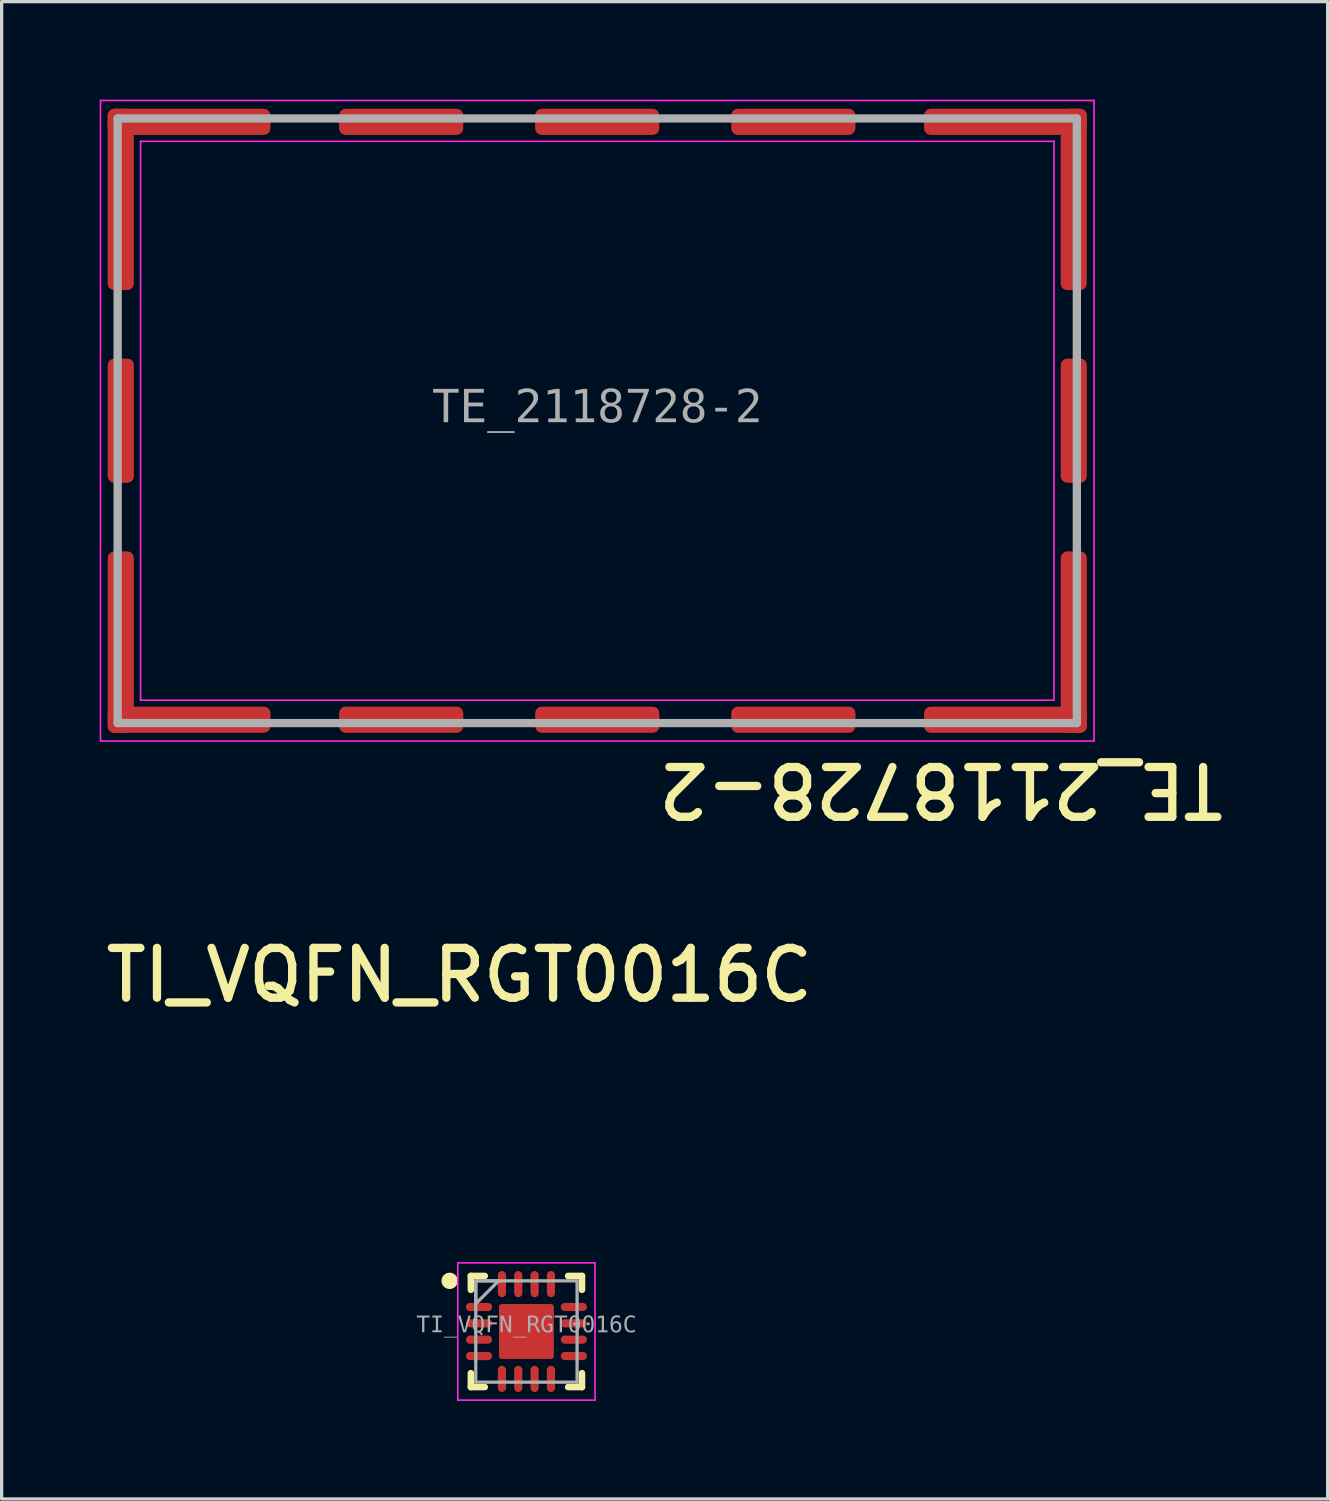
<source format=kicad_pcb>
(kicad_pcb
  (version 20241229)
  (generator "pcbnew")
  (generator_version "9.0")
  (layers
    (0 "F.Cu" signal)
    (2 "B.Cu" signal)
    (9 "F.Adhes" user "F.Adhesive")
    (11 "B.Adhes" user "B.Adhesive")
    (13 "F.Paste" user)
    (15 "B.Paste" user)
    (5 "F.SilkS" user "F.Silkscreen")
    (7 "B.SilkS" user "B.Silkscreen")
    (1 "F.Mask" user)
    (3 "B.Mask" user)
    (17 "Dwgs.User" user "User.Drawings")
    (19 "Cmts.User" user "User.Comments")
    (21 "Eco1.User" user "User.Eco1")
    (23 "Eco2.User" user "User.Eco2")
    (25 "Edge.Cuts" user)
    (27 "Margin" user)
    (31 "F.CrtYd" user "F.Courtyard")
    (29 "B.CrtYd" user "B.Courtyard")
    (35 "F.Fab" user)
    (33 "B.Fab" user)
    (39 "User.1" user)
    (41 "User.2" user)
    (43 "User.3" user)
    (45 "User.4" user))
  (footprint "TI_VQFN_RGT0016C"
    (layer "F.Cu")
    (at 13.058 37.692)
    (property "Reference" "TI_VQFN_RGT0016C" (at -2.052 -10.906 0) (unlocked yes) (layer "F.SilkS") (effects (font (size 1.524 1.524) (thickness 0.254))))
    (fp_line (start -1.7 -1.7) (end -1.275 -1.7) (stroke (width 0.2) (type solid)) (layer "F.SilkS"))
    (fp_line (start -1.7 -1.275) (end -1.7 -1.7) (stroke (width 0.2) (type solid)) (layer "F.SilkS"))
    (fp_line (start -1.7 1.7) (end -1.7 1.275) (stroke (width 0.2) (type solid)) (layer "F.SilkS"))
    (fp_line (start -1.7 1.7) (end -1.275 1.7) (stroke (width 0.2) (type solid)) (layer "F.SilkS"))
    (fp_line (start 1.275 -1.7) (end 1.7 -1.7) (stroke (width 0.2) (type solid)) (layer "F.SilkS"))
    (fp_line (start 1.275 1.7) (end 1.7 1.7) (stroke (width 0.2) (type solid)) (layer "F.SilkS"))
    (fp_line (start 1.7 -1.275) (end 1.7 -1.7) (stroke (width 0.2) (type solid)) (layer "F.SilkS"))
    (fp_line (start 1.7 1.7) (end 1.7 1.275) (stroke (width 0.2) (type solid)) (layer "F.SilkS"))
    (fp_circle (center -2.35 -1.55) (end -2.35 -1.675) (stroke (width 0.25) (type solid)) (fill no) (layer "F.SilkS"))
    (fp_line (start -2.1 -2.1) (end 2.1 -2.1) (stroke (width 0.05) (type solid)) (layer "F.CrtYd"))
    (fp_line (start -2.1 2.1) (end -2.1 -2.1) (stroke (width 0.05) (type solid)) (layer "F.CrtYd"))
    (fp_line (start -2.1 2.1) (end 2.1 2.1) (stroke (width 0.05) (type solid)) (layer "F.CrtYd"))
    (fp_line (start 2.1 2.1) (end 2.1 -2.1) (stroke (width 0.05) (type solid)) (layer "F.CrtYd"))
    (fp_line (start -1.55 -1.55) (end 1.55 -1.55) (stroke (width 0.1) (type solid)) (layer "F.Fab"))
    (fp_line (start -1.55 1.55) (end -1.55 -1.55) (stroke (width 0.1) (type solid)) (layer "F.Fab"))
    (fp_line (start -1.55 1.55) (end 1.55 1.55) (stroke (width 0.1) (type solid)) (layer "F.Fab"))
    (fp_line (start 1.55 1.55) (end 1.55 -1.55) (stroke (width 0.1) (type solid)) (layer "F.Fab"))
    (fp_poly (pts (xy -1.55 -0.85) (xy -0.85 -1.55) (xy -1.55 -1.55)) (stroke (width 0.1) (type default)) (fill no) (layer "F.Fab"))
    (fp_line (start -0.5 0) (end 0.5 0) (stroke (width 0.1) (type solid)) (layer "User.1"))
    (fp_line (start 0 0.5) (end 0 -0.5) (stroke (width 0.1) (type solid)) (layer "User.1"))
    (fp_text user "${REFERENCE}" (at 0 -0.185 0) (unlocked yes) (layer "F.Fab") (effects (font (face "Consolas") (size 0.5 0.5) (thickness 0.254))))
    (pad "1" smd oval (at -1.45 -0.75 90) (size 0.25 0.8) (layers "F.Cu" "F.Mask" "F.Paste"))
    (pad "2" smd oval (at -1.45 -0.25 90) (size 0.25 0.8) (layers "F.Cu" "F.Mask" "F.Paste"))
    (pad "3" smd oval (at -1.45 0.25 90) (size 0.25 0.8) (layers "F.Cu" "F.Mask" "F.Paste"))
    (pad "4" smd oval (at -1.45 0.75 90) (size 0.25 0.8) (layers "F.Cu" "F.Mask" "F.Paste"))
    (pad "5" smd oval (at -0.75 1.45) (size 0.25 0.8) (layers "F.Cu" "F.Mask" "F.Paste"))
    (pad "6" smd oval (at -0.25 1.45) (size 0.25 0.8) (layers "F.Cu" "F.Mask" "F.Paste"))
    (pad "7" smd oval (at 0.25 1.45) (size 0.25 0.8) (layers "F.Cu" "F.Mask" "F.Paste"))
    (pad "8" smd oval (at 0.75 1.45) (size 0.25 0.8) (layers "F.Cu" "F.Mask" "F.Paste"))
    (pad "9" smd oval (at 1.45 0.75 90) (size 0.25 0.8) (layers "F.Cu" "F.Mask" "F.Paste"))
    (pad "10" smd oval (at 1.45 0.25 90) (size 0.25 0.8) (layers "F.Cu" "F.Mask" "F.Paste"))
    (pad "11" smd oval (at 1.45 -0.25 90) (size 0.25 0.8) (layers "F.Cu" "F.Mask" "F.Paste"))
    (pad "12" smd oval (at 1.45 -0.75 90) (size 0.25 0.8) (layers "F.Cu" "F.Mask" "F.Paste"))
    (pad "13" smd oval (at 0.75 -1.45) (size 0.25 0.8) (layers "F.Cu" "F.Mask" "F.Paste"))
    (pad "14" smd oval (at 0.25 -1.45) (size 0.25 0.8) (layers "F.Cu" "F.Mask" "F.Paste"))
    (pad "15" smd oval (at -0.25 -1.45) (size 0.25 0.8) (layers "F.Cu" "F.Mask" "F.Paste"))
    (pad "16" smd oval (at -0.75 -1.45) (size 0.25 0.8) (layers "F.Cu" "F.Mask" "F.Paste"))
    (pad "17" smd roundrect (at 0 0) (size 1.68 1.68) (layers "F.Cu" "F.Mask" "F.Paste") (roundrect_rratio 0.05)))
  (footprint "TE_2118728-2"
    (layer "F.Cu")
    (at 15.225 9.825)
    (property "Reference" "TE_2118728-2" (at 10.519 11.286 180) (unlocked yes) (layer "F.SilkS") (effects (font (size 1.524 1.524) (thickness 0.254))))
    (fp_line (start -15.2 -9.8) (end -15.2 9.8) (stroke (width 0.05) (type solid)) (layer "F.CrtYd"))
    (fp_line (start -13.975 -8.55) (end -13.975 8.55) (stroke (width 0.05) (type solid)) (layer "F.CrtYd"))
    (fp_line (start 13.975 -8.55) (end -13.975 -8.55) (stroke (width 0.05) (type solid)) (layer "F.CrtYd"))
    (fp_line (start 13.975 -8.55) (end 13.975 8.55) (stroke (width 0.05) (type solid)) (layer "F.CrtYd"))
    (fp_line (start 13.975 8.55) (end -13.975 8.55) (stroke (width 0.05) (type solid)) (layer "F.CrtYd"))
    (fp_line (start 15.2 -9.8) (end -15.2 -9.8) (stroke (width 0.05) (type solid)) (layer "F.CrtYd"))
    (fp_line (start 15.2 -9.8) (end 15.2 9.8) (stroke (width 0.05) (type solid)) (layer "F.CrtYd"))
    (fp_line (start 15.2 9.8) (end -15.2 9.8) (stroke (width 0.05) (type solid)) (layer "F.CrtYd"))
    (fp_line (start -14.675 -9.25) (end -14.675 9.25) (stroke (width 0.254) (type solid)) (layer "F.Fab"))
    (fp_line (start 14.675 -9.25) (end -14.675 -9.25) (stroke (width 0.254) (type solid)) (layer "F.Fab"))
    (fp_line (start 14.675 -9.25) (end 14.675 9.25) (stroke (width 0.254) (type solid)) (layer "F.Fab"))
    (fp_line (start 14.675 9.25) (end -14.675 9.25) (stroke (width 0.254) (type solid)) (layer "F.Fab"))
    (fp_text user "${REFERENCE}" (at 0.00002 -0.371 0) (unlocked yes) (layer "F.Fab") (effects (font (face "Consolas") (size 1 1) (thickness 0.254))))
    (pad "1" smd roundrect (at -14.581 -6.772) (size 0.8 5.55) (layers "F.Cu" "F.Mask" "F.Paste") (roundrect_rratio 0.25))
    (pad "1" smd roundrect (at -14.579 -0.003 180) (size 0.8 3.8) (layers "F.Cu" "F.Mask" "F.Paste") (roundrect_rratio 0.25))
    (pad "1" smd roundrect (at -14.579 6.772) (size 0.8 5.55) (layers "F.Cu" "F.Mask" "F.Paste") (roundrect_rratio 0.25))
    (pad "1" smd roundrect (at -12.491 -9.147 270) (size 0.8 4.98) (layers "F.Cu" "F.Mask" "F.Paste") (roundrect_rratio 0.25))
    (pad "1" smd roundrect (at -12.489 9.147 90) (size 0.8 4.98) (layers "F.Cu" "F.Mask" "F.Paste") (roundrect_rratio 0.25))
    (pad "1" smd roundrect (at -6.001 -9.147 270) (size 0.8 3.8) (layers "F.Cu" "F.Mask" "F.Paste") (roundrect_rratio 0.25))
    (pad "1" smd roundrect (at -5.999 9.147 90) (size 0.8 3.8) (layers "F.Cu" "F.Mask" "F.Paste") (roundrect_rratio 0.25))
    (pad "1" smd roundrect (at -0.001 -9.147 270) (size 0.8 3.8) (layers "F.Cu" "F.Mask" "F.Paste") (roundrect_rratio 0.25))
    (pad "1" smd roundrect (at 0.001 9.147 90) (size 0.8 3.8) (layers "F.Cu" "F.Mask" "F.Paste") (roundrect_rratio 0.25))
    (pad "1" smd roundrect (at 5.999 -9.147 270) (size 0.8 3.8) (layers "F.Cu" "F.Mask" "F.Paste") (roundrect_rratio 0.25))
    (pad "1" smd roundrect (at 6.001 9.147 90) (size 0.8 3.8) (layers "F.Cu" "F.Mask" "F.Paste") (roundrect_rratio 0.25))
    (pad "1" smd roundrect (at 12.489 -9.147 270) (size 0.8 4.98) (layers "F.Cu" "F.Mask" "F.Paste") (roundrect_rratio 0.25))
    (pad "1" smd roundrect (at 12.491 9.147 90) (size 0.8 4.98) (layers "F.Cu" "F.Mask" "F.Paste") (roundrect_rratio 0.25))
    (pad "1" smd roundrect (at 14.579 -6.772 180) (size 0.8 5.55) (layers "F.Cu" "F.Mask" "F.Paste") (roundrect_rratio 0.25))
    (pad "1" smd roundrect (at 14.581 -0.003) (size 0.8 3.8) (layers "F.Cu" "F.Mask" "F.Paste") (roundrect_rratio 0.25))
    (pad "1" smd roundrect (at 14.581 6.772 180) (size 0.8 5.55) (layers "F.Cu" "F.Mask" "F.Paste") (roundrect_rratio 0.25)))
  (gr_rect
    (start -3 -3)
    (end 37.573 42.817)
    (stroke (width 0.1) (type default))
    (fill no)
    (layer "Edge.Cuts")))
</source>
